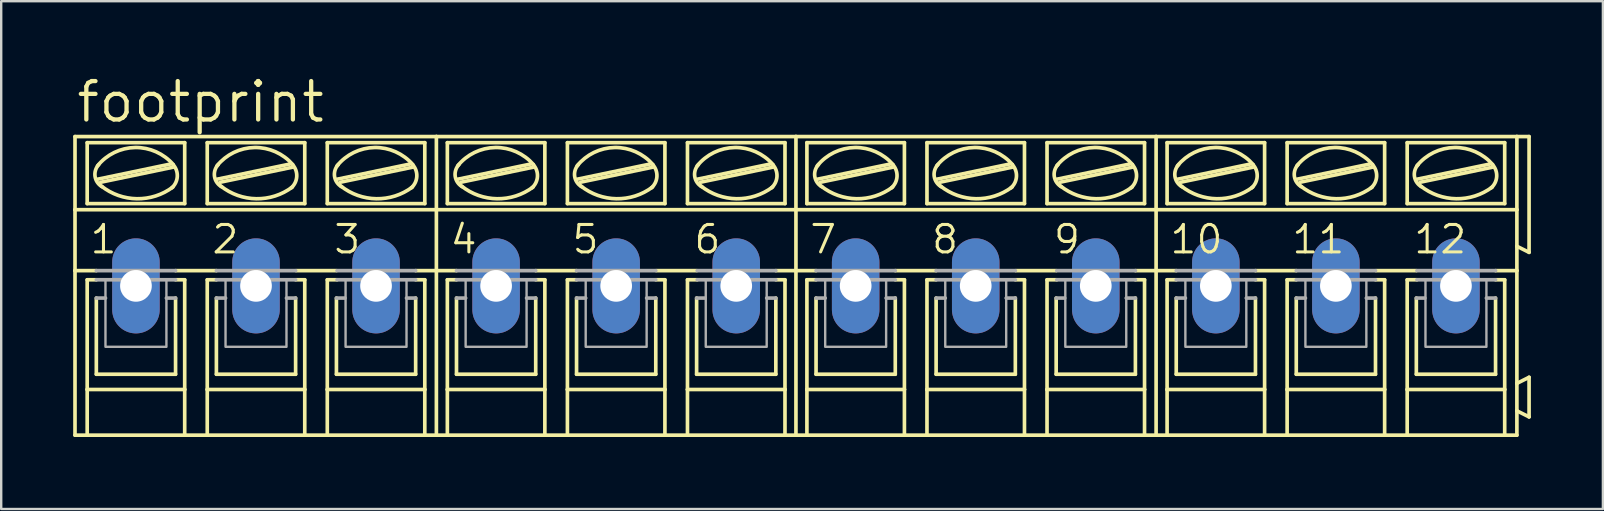
<source format=kicad_pcb>
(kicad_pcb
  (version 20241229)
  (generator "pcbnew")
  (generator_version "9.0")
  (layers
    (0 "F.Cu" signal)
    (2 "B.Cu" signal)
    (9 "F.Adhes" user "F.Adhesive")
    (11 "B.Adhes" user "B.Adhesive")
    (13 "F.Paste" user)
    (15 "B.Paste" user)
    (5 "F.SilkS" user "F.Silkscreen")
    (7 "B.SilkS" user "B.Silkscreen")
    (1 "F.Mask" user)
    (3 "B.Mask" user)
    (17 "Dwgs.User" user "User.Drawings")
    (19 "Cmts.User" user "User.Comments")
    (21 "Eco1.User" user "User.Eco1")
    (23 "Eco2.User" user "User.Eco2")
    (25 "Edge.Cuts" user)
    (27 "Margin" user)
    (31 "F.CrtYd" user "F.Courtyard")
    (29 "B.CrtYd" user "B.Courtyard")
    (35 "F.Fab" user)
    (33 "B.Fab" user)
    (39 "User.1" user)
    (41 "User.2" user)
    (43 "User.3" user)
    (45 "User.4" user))
  (footprint "footprint"
    (layer "F.Cu")
    (at 30.124 8.865)
    (property "Reference" "footprint" (at -30.074 -6.731 0) (layer "F.SilkS") (effects (font (size 1.6 1.6) (thickness 0.178)) (justify left bottom)))
    (fp_line (start -30.048 -3.175) (end -30.048 -6.223) (stroke (width 0.152) (type solid)) (layer "F.SilkS"))
    (fp_line (start -30.048 -3.175) (end -14.986 -3.175) (stroke (width 0.152) (type solid)) (layer "F.SilkS"))
    (fp_line (start -30.048 -0.635) (end -30.048 -3.175) (stroke (width 0.152) (type solid)) (layer "F.SilkS"))
    (fp_line (start -30.048 -0.635) (end -29.159 -0.635) (stroke (width 0.152) (type solid)) (layer "F.SilkS"))
    (fp_line (start -30.048 6.223) (end -30.048 -0.635) (stroke (width 0.152) (type solid)) (layer "F.SilkS"))
    (fp_line (start -30.048 6.223) (end -29.54 6.223) (stroke (width 0.152) (type solid)) (layer "F.SilkS"))
    (fp_line (start -29.54 -3.429) (end -29.54 -5.969) (stroke (width 0.152) (type solid)) (layer "F.SilkS"))
    (fp_line (start -29.54 -0.254) (end -29.54 4.318) (stroke (width 0.152) (type solid)) (layer "F.SilkS"))
    (fp_line (start -29.54 -0.254) (end -29.159 -0.254) (stroke (width 0.152) (type solid)) (layer "F.SilkS"))
    (fp_line (start -29.54 4.318) (end -29.54 6.223) (stroke (width 0.152) (type solid)) (layer "F.SilkS"))
    (fp_line (start -29.54 6.223) (end -25.476 6.223) (stroke (width 0.152) (type solid)) (layer "F.SilkS"))
    (fp_line (start -29.159 3.683) (end -29.159 0.508) (stroke (width 0.152) (type solid)) (layer "F.SilkS"))
    (fp_line (start -29.108 -4.445) (end -26.06 -5.08) (stroke (width 0.152) (type solid)) (layer "F.SilkS"))
    (fp_line (start -28.981 -4.318) (end -25.933 -4.953) (stroke (width 0.152) (type solid)) (layer "F.SilkS"))
    (fp_line (start -25.857 -0.635) (end -24.155 -0.635) (stroke (width 0.152) (type solid)) (layer "F.SilkS"))
    (fp_line (start -25.857 3.683) (end -29.159 3.683) (stroke (width 0.152) (type solid)) (layer "F.SilkS"))
    (fp_line (start -25.857 3.683) (end -25.857 0.508) (stroke (width 0.152) (type solid)) (layer "F.SilkS"))
    (fp_line (start -25.476 -5.969) (end -29.54 -5.969) (stroke (width 0.152) (type solid)) (layer "F.SilkS"))
    (fp_line (start -25.476 -3.429) (end -29.54 -3.429) (stroke (width 0.152) (type solid)) (layer "F.SilkS"))
    (fp_line (start -25.476 -3.429) (end -25.476 -5.969) (stroke (width 0.152) (type solid)) (layer "F.SilkS"))
    (fp_line (start -25.476 -0.254) (end -25.857 -0.254) (stroke (width 0.152) (type solid)) (layer "F.SilkS"))
    (fp_line (start -25.476 4.318) (end -29.54 4.318) (stroke (width 0.152) (type solid)) (layer "F.SilkS"))
    (fp_line (start -25.476 4.318) (end -25.476 -0.254) (stroke (width 0.152) (type solid)) (layer "F.SilkS"))
    (fp_line (start -25.476 6.223) (end -25.476 4.318) (stroke (width 0.152) (type solid)) (layer "F.SilkS"))
    (fp_line (start -25.476 6.223) (end -24.536 6.223) (stroke (width 0.152) (type solid)) (layer "F.SilkS"))
    (fp_line (start -24.536 -5.969) (end -20.472 -5.969) (stroke (width 0.152) (type solid)) (layer "F.SilkS"))
    (fp_line (start -24.536 -3.429) (end -24.536 -5.969) (stroke (width 0.152) (type solid)) (layer "F.SilkS"))
    (fp_line (start -24.536 -0.254) (end -24.155 -0.254) (stroke (width 0.152) (type solid)) (layer "F.SilkS"))
    (fp_line (start -24.536 4.318) (end -24.536 -0.254) (stroke (width 0.152) (type solid)) (layer "F.SilkS"))
    (fp_line (start -24.536 4.318) (end -20.472 4.318) (stroke (width 0.152) (type solid)) (layer "F.SilkS"))
    (fp_line (start -24.536 6.223) (end -24.536 4.318) (stroke (width 0.152) (type solid)) (layer "F.SilkS"))
    (fp_line (start -24.536 6.223) (end -20.472 6.223) (stroke (width 0.152) (type solid)) (layer "F.SilkS"))
    (fp_line (start -24.155 3.683) (end -24.155 0.508) (stroke (width 0.152) (type solid)) (layer "F.SilkS"))
    (fp_line (start -24.13 -4.445) (end -21.082 -5.08) (stroke (width 0.152) (type solid)) (layer "F.SilkS"))
    (fp_line (start -24.003 -4.318) (end -20.955 -4.953) (stroke (width 0.152) (type solid)) (layer "F.SilkS"))
    (fp_line (start -20.853 3.683) (end -24.155 3.683) (stroke (width 0.152) (type solid)) (layer "F.SilkS"))
    (fp_line (start -20.853 3.683) (end -20.853 0.508) (stroke (width 0.152) (type solid)) (layer "F.SilkS"))
    (fp_line (start -20.828 -0.635) (end -19.152 -0.635) (stroke (width 0.152) (type solid)) (layer "F.SilkS"))
    (fp_line (start -20.472 -5.969) (end -20.472 -3.429) (stroke (width 0.152) (type solid)) (layer "F.SilkS"))
    (fp_line (start -20.472 -3.429) (end -24.536 -3.429) (stroke (width 0.152) (type solid)) (layer "F.SilkS"))
    (fp_line (start -20.472 -0.254) (end -20.853 -0.254) (stroke (width 0.152) (type solid)) (layer "F.SilkS"))
    (fp_line (start -20.472 -0.254) (end -20.472 4.318) (stroke (width 0.152) (type solid)) (layer "F.SilkS"))
    (fp_line (start -20.472 4.318) (end -20.472 6.223) (stroke (width 0.152) (type solid)) (layer "F.SilkS"))
    (fp_line (start -20.472 6.223) (end -19.533 6.223) (stroke (width 0.152) (type solid)) (layer "F.SilkS"))
    (fp_line (start -19.533 -5.969) (end -15.469 -5.969) (stroke (width 0.152) (type solid)) (layer "F.SilkS"))
    (fp_line (start -19.533 -3.429) (end -19.533 -5.969) (stroke (width 0.152) (type solid)) (layer "F.SilkS"))
    (fp_line (start -19.533 -0.254) (end -19.126 -0.254) (stroke (width 0.152) (type solid)) (layer "F.SilkS"))
    (fp_line (start -19.533 4.318) (end -19.533 -0.254) (stroke (width 0.152) (type solid)) (layer "F.SilkS"))
    (fp_line (start -19.533 4.318) (end -15.469 4.318) (stroke (width 0.152) (type solid)) (layer "F.SilkS"))
    (fp_line (start -19.533 6.223) (end -19.533 4.318) (stroke (width 0.152) (type solid)) (layer "F.SilkS"))
    (fp_line (start -19.533 6.223) (end -15.469 6.223) (stroke (width 0.152) (type solid)) (layer "F.SilkS"))
    (fp_line (start -19.152 3.683) (end -19.152 0.508) (stroke (width 0.152) (type solid)) (layer "F.SilkS"))
    (fp_line (start -19.126 -4.445) (end -16.078 -5.08) (stroke (width 0.152) (type solid)) (layer "F.SilkS"))
    (fp_line (start -18.999 -4.318) (end -15.951 -4.953) (stroke (width 0.152) (type solid)) (layer "F.SilkS"))
    (fp_line (start -15.85 3.683) (end -19.152 3.683) (stroke (width 0.152) (type solid)) (layer "F.SilkS"))
    (fp_line (start -15.85 3.683) (end -15.85 0.508) (stroke (width 0.152) (type solid)) (layer "F.SilkS"))
    (fp_line (start -15.469 -5.969) (end -15.469 -3.429) (stroke (width 0.152) (type solid)) (layer "F.SilkS"))
    (fp_line (start -15.469 -3.429) (end -19.533 -3.429) (stroke (width 0.152) (type solid)) (layer "F.SilkS"))
    (fp_line (start -15.469 -0.254) (end -15.85 -0.254) (stroke (width 0.152) (type solid)) (layer "F.SilkS"))
    (fp_line (start -15.469 -0.254) (end -15.469 4.318) (stroke (width 0.152) (type solid)) (layer "F.SilkS"))
    (fp_line (start -15.469 4.318) (end -15.469 6.223) (stroke (width 0.152) (type solid)) (layer "F.SilkS"))
    (fp_line (start -15.469 6.223) (end -14.986 6.223) (stroke (width 0.152) (type solid)) (layer "F.SilkS"))
    (fp_line (start -14.986 -6.223) (end -30.048 -6.223) (stroke (width 0.152) (type solid)) (layer "F.SilkS"))
    (fp_line (start -14.986 -3.175) (end -14.986 -6.223) (stroke (width 0.152) (type solid)) (layer "F.SilkS"))
    (fp_line (start -14.986 -3.175) (end 0 -3.175) (stroke (width 0.152) (type solid)) (layer "F.SilkS"))
    (fp_line (start -14.986 -0.635) (end -15.85 -0.635) (stroke (width 0.152) (type solid)) (layer "F.SilkS"))
    (fp_line (start -14.986 -0.635) (end -14.986 -3.175) (stroke (width 0.152) (type solid)) (layer "F.SilkS"))
    (fp_line (start -14.986 -0.635) (end -14.148 -0.635) (stroke (width 0.152) (type solid)) (layer "F.SilkS"))
    (fp_line (start -14.986 6.223) (end -14.986 -0.635) (stroke (width 0.152) (type solid)) (layer "F.SilkS"))
    (fp_line (start -14.986 6.223) (end -14.529 6.223) (stroke (width 0.152) (type solid)) (layer "F.SilkS"))
    (fp_line (start -14.529 -3.429) (end -14.529 -5.969) (stroke (width 0.152) (type solid)) (layer "F.SilkS"))
    (fp_line (start -14.529 -0.254) (end -14.529 4.318) (stroke (width 0.152) (type solid)) (layer "F.SilkS"))
    (fp_line (start -14.529 -0.254) (end -14.148 -0.254) (stroke (width 0.152) (type solid)) (layer "F.SilkS"))
    (fp_line (start -14.529 4.318) (end -14.529 6.223) (stroke (width 0.152) (type solid)) (layer "F.SilkS"))
    (fp_line (start -14.529 6.223) (end -10.465 6.223) (stroke (width 0.152) (type solid)) (layer "F.SilkS"))
    (fp_line (start -14.148 3.683) (end -14.148 0.508) (stroke (width 0.152) (type solid)) (layer "F.SilkS"))
    (fp_line (start -14.097 -4.445) (end -11.049 -5.08) (stroke (width 0.152) (type solid)) (layer "F.SilkS"))
    (fp_line (start -13.97 -4.318) (end -10.922 -4.953) (stroke (width 0.152) (type solid)) (layer "F.SilkS"))
    (fp_line (start -10.846 -0.635) (end -9.144 -0.635) (stroke (width 0.152) (type solid)) (layer "F.SilkS"))
    (fp_line (start -10.846 3.683) (end -14.148 3.683) (stroke (width 0.152) (type solid)) (layer "F.SilkS"))
    (fp_line (start -10.846 3.683) (end -10.846 0.508) (stroke (width 0.152) (type solid)) (layer "F.SilkS"))
    (fp_line (start -10.465 -5.969) (end -14.529 -5.969) (stroke (width 0.152) (type solid)) (layer "F.SilkS"))
    (fp_line (start -10.465 -3.429) (end -14.529 -3.429) (stroke (width 0.152) (type solid)) (layer "F.SilkS"))
    (fp_line (start -10.465 -3.429) (end -10.465 -5.969) (stroke (width 0.152) (type solid)) (layer "F.SilkS"))
    (fp_line (start -10.465 -0.254) (end -10.846 -0.254) (stroke (width 0.152) (type solid)) (layer "F.SilkS"))
    (fp_line (start -10.465 4.318) (end -14.529 4.318) (stroke (width 0.152) (type solid)) (layer "F.SilkS"))
    (fp_line (start -10.465 4.318) (end -10.465 -0.254) (stroke (width 0.152) (type solid)) (layer "F.SilkS"))
    (fp_line (start -10.465 6.223) (end -10.465 4.318) (stroke (width 0.152) (type solid)) (layer "F.SilkS"))
    (fp_line (start -10.465 6.223) (end -9.525 6.223) (stroke (width 0.152) (type solid)) (layer "F.SilkS"))
    (fp_line (start -9.525 -5.969) (end -5.461 -5.969) (stroke (width 0.152) (type solid)) (layer "F.SilkS"))
    (fp_line (start -9.525 -3.429) (end -9.525 -5.969) (stroke (width 0.152) (type solid)) (layer "F.SilkS"))
    (fp_line (start -9.525 -0.254) (end -9.144 -0.254) (stroke (width 0.152) (type solid)) (layer "F.SilkS"))
    (fp_line (start -9.525 4.318) (end -9.525 -0.254) (stroke (width 0.152) (type solid)) (layer "F.SilkS"))
    (fp_line (start -9.525 4.318) (end -5.461 4.318) (stroke (width 0.152) (type solid)) (layer "F.SilkS"))
    (fp_line (start -9.525 6.223) (end -9.525 4.318) (stroke (width 0.152) (type solid)) (layer "F.SilkS"))
    (fp_line (start -9.525 6.223) (end -5.461 6.223) (stroke (width 0.152) (type solid)) (layer "F.SilkS"))
    (fp_line (start -9.144 3.683) (end -9.144 0.508) (stroke (width 0.152) (type solid)) (layer "F.SilkS"))
    (fp_line (start -9.119 -4.445) (end -6.071 -5.08) (stroke (width 0.152) (type solid)) (layer "F.SilkS"))
    (fp_line (start -8.992 -4.318) (end -5.944 -4.953) (stroke (width 0.152) (type solid)) (layer "F.SilkS"))
    (fp_line (start -5.842 3.683) (end -9.144 3.683) (stroke (width 0.152) (type solid)) (layer "F.SilkS"))
    (fp_line (start -5.842 3.683) (end -5.842 0.508) (stroke (width 0.152) (type solid)) (layer "F.SilkS"))
    (fp_line (start -5.817 -0.635) (end -4.14 -0.635) (stroke (width 0.152) (type solid)) (layer "F.SilkS"))
    (fp_line (start -5.461 -5.969) (end -5.461 -3.429) (stroke (width 0.152) (type solid)) (layer "F.SilkS"))
    (fp_line (start -5.461 -3.429) (end -9.525 -3.429) (stroke (width 0.152) (type solid)) (layer "F.SilkS"))
    (fp_line (start -5.461 -0.254) (end -5.842 -0.254) (stroke (width 0.152) (type solid)) (layer "F.SilkS"))
    (fp_line (start -5.461 -0.254) (end -5.461 4.318) (stroke (width 0.152) (type solid)) (layer "F.SilkS"))
    (fp_line (start -5.461 4.318) (end -5.461 6.223) (stroke (width 0.152) (type solid)) (layer "F.SilkS"))
    (fp_line (start -5.461 6.223) (end -4.521 6.223) (stroke (width 0.152) (type solid)) (layer "F.SilkS"))
    (fp_line (start -4.521 -5.969) (end -0.457 -5.969) (stroke (width 0.152) (type solid)) (layer "F.SilkS"))
    (fp_line (start -4.521 -3.429) (end -4.521 -5.969) (stroke (width 0.152) (type solid)) (layer "F.SilkS"))
    (fp_line (start -4.521 -0.254) (end -4.115 -0.254) (stroke (width 0.152) (type solid)) (layer "F.SilkS"))
    (fp_line (start -4.521 4.318) (end -4.521 -0.254) (stroke (width 0.152) (type solid)) (layer "F.SilkS"))
    (fp_line (start -4.521 4.318) (end -0.457 4.318) (stroke (width 0.152) (type solid)) (layer "F.SilkS"))
    (fp_line (start -4.521 6.223) (end -4.521 4.318) (stroke (width 0.152) (type solid)) (layer "F.SilkS"))
    (fp_line (start -4.521 6.223) (end -0.457 6.223) (stroke (width 0.152) (type solid)) (layer "F.SilkS"))
    (fp_line (start -4.14 3.683) (end -4.14 0.508) (stroke (width 0.152) (type solid)) (layer "F.SilkS"))
    (fp_line (start -4.115 -4.445) (end -1.067 -5.08) (stroke (width 0.152) (type solid)) (layer "F.SilkS"))
    (fp_line (start -3.988 -4.318) (end -0.94 -4.953) (stroke (width 0.152) (type solid)) (layer "F.SilkS"))
    (fp_line (start -0.838 3.683) (end -4.14 3.683) (stroke (width 0.152) (type solid)) (layer "F.SilkS"))
    (fp_line (start -0.838 3.683) (end -0.838 0.508) (stroke (width 0.152) (type solid)) (layer "F.SilkS"))
    (fp_line (start -0.457 -5.969) (end -0.457 -3.429) (stroke (width 0.152) (type solid)) (layer "F.SilkS"))
    (fp_line (start -0.457 -3.429) (end -4.521 -3.429) (stroke (width 0.152) (type solid)) (layer "F.SilkS"))
    (fp_line (start -0.457 -0.254) (end -0.838 -0.254) (stroke (width 0.152) (type solid)) (layer "F.SilkS"))
    (fp_line (start -0.457 -0.254) (end -0.457 4.318) (stroke (width 0.152) (type solid)) (layer "F.SilkS"))
    (fp_line (start -0.457 4.318) (end -0.457 6.223) (stroke (width 0.152) (type solid)) (layer "F.SilkS"))
    (fp_line (start -0.457 6.223) (end 0 6.223) (stroke (width 0.152) (type solid)) (layer "F.SilkS"))
    (fp_line (start 0 -6.223) (end -14.986 -6.223) (stroke (width 0.152) (type solid)) (layer "F.SilkS"))
    (fp_line (start 0 -3.175) (end 0 -6.223) (stroke (width 0.152) (type solid)) (layer "F.SilkS"))
    (fp_line (start 0 -3.175) (end 15.011 -3.175) (stroke (width 0.152) (type solid)) (layer "F.SilkS"))
    (fp_line (start 0 -0.635) (end -0.838 -0.635) (stroke (width 0.152) (type solid)) (layer "F.SilkS"))
    (fp_line (start 0 -0.635) (end 0 -3.175) (stroke (width 0.152) (type solid)) (layer "F.SilkS"))
    (fp_line (start 0 -0.635) (end 0.838 -0.635) (stroke (width 0.152) (type solid)) (layer "F.SilkS"))
    (fp_line (start 0 6.223) (end 0 -0.635) (stroke (width 0.152) (type solid)) (layer "F.SilkS"))
    (fp_line (start 0 6.223) (end 0.457 6.223) (stroke (width 0.152) (type solid)) (layer "F.SilkS"))
    (fp_line (start 0.457 -3.429) (end 0.457 -5.969) (stroke (width 0.152) (type solid)) (layer "F.SilkS"))
    (fp_line (start 0.457 -0.254) (end 0.457 4.318) (stroke (width 0.152) (type solid)) (layer "F.SilkS"))
    (fp_line (start 0.457 -0.254) (end 0.838 -0.254) (stroke (width 0.152) (type solid)) (layer "F.SilkS"))
    (fp_line (start 0.457 4.318) (end 0.457 6.223) (stroke (width 0.152) (type solid)) (layer "F.SilkS"))
    (fp_line (start 0.457 6.223) (end 4.521 6.223) (stroke (width 0.152) (type solid)) (layer "F.SilkS"))
    (fp_line (start 0.838 3.683) (end 0.838 0.508) (stroke (width 0.152) (type solid)) (layer "F.SilkS"))
    (fp_line (start 0.889 -4.445) (end 3.937 -5.08) (stroke (width 0.152) (type solid)) (layer "F.SilkS"))
    (fp_line (start 1.016 -4.318) (end 4.064 -4.953) (stroke (width 0.152) (type solid)) (layer "F.SilkS"))
    (fp_line (start 4.14 -0.635) (end 5.842 -0.635) (stroke (width 0.152) (type solid)) (layer "F.SilkS"))
    (fp_line (start 4.14 3.683) (end 0.838 3.683) (stroke (width 0.152) (type solid)) (layer "F.SilkS"))
    (fp_line (start 4.14 3.683) (end 4.14 0.508) (stroke (width 0.152) (type solid)) (layer "F.SilkS"))
    (fp_line (start 4.521 -5.969) (end 0.457 -5.969) (stroke (width 0.152) (type solid)) (layer "F.SilkS"))
    (fp_line (start 4.521 -3.429) (end 0.457 -3.429) (stroke (width 0.152) (type solid)) (layer "F.SilkS"))
    (fp_line (start 4.521 -3.429) (end 4.521 -5.969) (stroke (width 0.152) (type solid)) (layer "F.SilkS"))
    (fp_line (start 4.521 -0.254) (end 4.14 -0.254) (stroke (width 0.152) (type solid)) (layer "F.SilkS"))
    (fp_line (start 4.521 4.318) (end 0.457 4.318) (stroke (width 0.152) (type solid)) (layer "F.SilkS"))
    (fp_line (start 4.521 4.318) (end 4.521 -0.254) (stroke (width 0.152) (type solid)) (layer "F.SilkS"))
    (fp_line (start 4.521 6.223) (end 4.521 4.318) (stroke (width 0.152) (type solid)) (layer "F.SilkS"))
    (fp_line (start 4.521 6.223) (end 5.461 6.223) (stroke (width 0.152) (type solid)) (layer "F.SilkS"))
    (fp_line (start 5.461 -5.969) (end 9.525 -5.969) (stroke (width 0.152) (type solid)) (layer "F.SilkS"))
    (fp_line (start 5.461 -3.429) (end 5.461 -5.969) (stroke (width 0.152) (type solid)) (layer "F.SilkS"))
    (fp_line (start 5.461 -0.254) (end 5.842 -0.254) (stroke (width 0.152) (type solid)) (layer "F.SilkS"))
    (fp_line (start 5.461 4.318) (end 5.461 -0.254) (stroke (width 0.152) (type solid)) (layer "F.SilkS"))
    (fp_line (start 5.461 4.318) (end 9.525 4.318) (stroke (width 0.152) (type solid)) (layer "F.SilkS"))
    (fp_line (start 5.461 6.223) (end 5.461 4.318) (stroke (width 0.152) (type solid)) (layer "F.SilkS"))
    (fp_line (start 5.461 6.223) (end 9.525 6.223) (stroke (width 0.152) (type solid)) (layer "F.SilkS"))
    (fp_line (start 5.842 3.683) (end 5.842 0.508) (stroke (width 0.152) (type solid)) (layer "F.SilkS"))
    (fp_line (start 5.867 -4.445) (end 8.915 -5.08) (stroke (width 0.152) (type solid)) (layer "F.SilkS"))
    (fp_line (start 5.994 -4.318) (end 9.042 -4.953) (stroke (width 0.152) (type solid)) (layer "F.SilkS"))
    (fp_line (start 9.144 3.683) (end 5.842 3.683) (stroke (width 0.152) (type solid)) (layer "F.SilkS"))
    (fp_line (start 9.144 3.683) (end 9.144 0.508) (stroke (width 0.152) (type solid)) (layer "F.SilkS"))
    (fp_line (start 9.169 -0.635) (end 10.846 -0.635) (stroke (width 0.152) (type solid)) (layer "F.SilkS"))
    (fp_line (start 9.525 -5.969) (end 9.525 -3.429) (stroke (width 0.152) (type solid)) (layer "F.SilkS"))
    (fp_line (start 9.525 -3.429) (end 5.461 -3.429) (stroke (width 0.152) (type solid)) (layer "F.SilkS"))
    (fp_line (start 9.525 -0.254) (end 9.144 -0.254) (stroke (width 0.152) (type solid)) (layer "F.SilkS"))
    (fp_line (start 9.525 -0.254) (end 9.525 4.318) (stroke (width 0.152) (type solid)) (layer "F.SilkS"))
    (fp_line (start 9.525 4.318) (end 9.525 6.223) (stroke (width 0.152) (type solid)) (layer "F.SilkS"))
    (fp_line (start 9.525 6.223) (end 10.465 6.223) (stroke (width 0.152) (type solid)) (layer "F.SilkS"))
    (fp_line (start 10.465 -5.969) (end 14.529 -5.969) (stroke (width 0.152) (type solid)) (layer "F.SilkS"))
    (fp_line (start 10.465 -3.429) (end 10.465 -5.969) (stroke (width 0.152) (type solid)) (layer "F.SilkS"))
    (fp_line (start 10.465 -0.254) (end 10.871 -0.254) (stroke (width 0.152) (type solid)) (layer "F.SilkS"))
    (fp_line (start 10.465 4.318) (end 10.465 -0.254) (stroke (width 0.152) (type solid)) (layer "F.SilkS"))
    (fp_line (start 10.465 4.318) (end 14.529 4.318) (stroke (width 0.152) (type solid)) (layer "F.SilkS"))
    (fp_line (start 10.465 6.223) (end 10.465 4.318) (stroke (width 0.152) (type solid)) (layer "F.SilkS"))
    (fp_line (start 10.465 6.223) (end 14.529 6.223) (stroke (width 0.152) (type solid)) (layer "F.SilkS"))
    (fp_line (start 10.846 3.683) (end 10.846 0.508) (stroke (width 0.152) (type solid)) (layer "F.SilkS"))
    (fp_line (start 10.871 -4.445) (end 13.919 -5.08) (stroke (width 0.152) (type solid)) (layer "F.SilkS"))
    (fp_line (start 10.998 -4.318) (end 14.046 -4.953) (stroke (width 0.152) (type solid)) (layer "F.SilkS"))
    (fp_line (start 14.148 3.683) (end 10.846 3.683) (stroke (width 0.152) (type solid)) (layer "F.SilkS"))
    (fp_line (start 14.148 3.683) (end 14.148 0.508) (stroke (width 0.152) (type solid)) (layer "F.SilkS"))
    (fp_line (start 14.529 -5.969) (end 14.529 -3.429) (stroke (width 0.152) (type solid)) (layer "F.SilkS"))
    (fp_line (start 14.529 -3.429) (end 10.465 -3.429) (stroke (width 0.152) (type solid)) (layer "F.SilkS"))
    (fp_line (start 14.529 -0.254) (end 14.148 -0.254) (stroke (width 0.152) (type solid)) (layer "F.SilkS"))
    (fp_line (start 14.529 -0.254) (end 14.529 4.318) (stroke (width 0.152) (type solid)) (layer "F.SilkS"))
    (fp_line (start 14.529 4.318) (end 14.529 6.223) (stroke (width 0.152) (type solid)) (layer "F.SilkS"))
    (fp_line (start 14.529 6.223) (end 15.011 6.223) (stroke (width 0.152) (type solid)) (layer "F.SilkS"))
    (fp_line (start 15.011 -6.223) (end 0 -6.223) (stroke (width 0.152) (type solid)) (layer "F.SilkS"))
    (fp_line (start 15.011 -3.175) (end 15.011 -6.223) (stroke (width 0.152) (type solid)) (layer "F.SilkS"))
    (fp_line (start 15.011 -3.175) (end 30.048 -3.175) (stroke (width 0.152) (type solid)) (layer "F.SilkS"))
    (fp_line (start 15.011 -0.635) (end 14.148 -0.635) (stroke (width 0.152) (type solid)) (layer "F.SilkS"))
    (fp_line (start 15.011 -0.635) (end 15.011 -3.175) (stroke (width 0.152) (type solid)) (layer "F.SilkS"))
    (fp_line (start 15.011 -0.635) (end 15.85 -0.635) (stroke (width 0.152) (type solid)) (layer "F.SilkS"))
    (fp_line (start 15.011 6.223) (end 15.011 -0.635) (stroke (width 0.152) (type solid)) (layer "F.SilkS"))
    (fp_line (start 15.011 6.223) (end 15.469 6.223) (stroke (width 0.152) (type solid)) (layer "F.SilkS"))
    (fp_line (start 15.469 -3.429) (end 15.469 -5.969) (stroke (width 0.152) (type solid)) (layer "F.SilkS"))
    (fp_line (start 15.469 -0.254) (end 15.469 4.318) (stroke (width 0.152) (type solid)) (layer "F.SilkS"))
    (fp_line (start 15.469 -0.254) (end 15.85 -0.254) (stroke (width 0.152) (type solid)) (layer "F.SilkS"))
    (fp_line (start 15.469 4.318) (end 15.469 6.223) (stroke (width 0.152) (type solid)) (layer "F.SilkS"))
    (fp_line (start 15.469 6.223) (end 19.533 6.223) (stroke (width 0.152) (type solid)) (layer "F.SilkS"))
    (fp_line (start 15.85 3.683) (end 15.85 0.508) (stroke (width 0.152) (type solid)) (layer "F.SilkS"))
    (fp_line (start 15.9 -4.445) (end 18.948 -5.08) (stroke (width 0.152) (type solid)) (layer "F.SilkS"))
    (fp_line (start 16.027 -4.318) (end 19.075 -4.953) (stroke (width 0.152) (type solid)) (layer "F.SilkS"))
    (fp_line (start 19.152 -0.635) (end 20.853 -0.635) (stroke (width 0.152) (type solid)) (layer "F.SilkS"))
    (fp_line (start 19.152 3.683) (end 15.85 3.683) (stroke (width 0.152) (type solid)) (layer "F.SilkS"))
    (fp_line (start 19.152 3.683) (end 19.152 0.508) (stroke (width 0.152) (type solid)) (layer "F.SilkS"))
    (fp_line (start 19.533 -5.969) (end 15.469 -5.969) (stroke (width 0.152) (type solid)) (layer "F.SilkS"))
    (fp_line (start 19.533 -3.429) (end 15.469 -3.429) (stroke (width 0.152) (type solid)) (layer "F.SilkS"))
    (fp_line (start 19.533 -3.429) (end 19.533 -5.969) (stroke (width 0.152) (type solid)) (layer "F.SilkS"))
    (fp_line (start 19.533 -0.254) (end 19.152 -0.254) (stroke (width 0.152) (type solid)) (layer "F.SilkS"))
    (fp_line (start 19.533 4.318) (end 15.469 4.318) (stroke (width 0.152) (type solid)) (layer "F.SilkS"))
    (fp_line (start 19.533 4.318) (end 19.533 -0.254) (stroke (width 0.152) (type solid)) (layer "F.SilkS"))
    (fp_line (start 19.533 6.223) (end 19.533 4.318) (stroke (width 0.152) (type solid)) (layer "F.SilkS"))
    (fp_line (start 19.533 6.223) (end 20.472 6.223) (stroke (width 0.152) (type solid)) (layer "F.SilkS"))
    (fp_line (start 20.472 -5.969) (end 24.536 -5.969) (stroke (width 0.152) (type solid)) (layer "F.SilkS"))
    (fp_line (start 20.472 -3.429) (end 20.472 -5.969) (stroke (width 0.152) (type solid)) (layer "F.SilkS"))
    (fp_line (start 20.472 -0.254) (end 20.853 -0.254) (stroke (width 0.152) (type solid)) (layer "F.SilkS"))
    (fp_line (start 20.472 4.318) (end 20.472 -0.254) (stroke (width 0.152) (type solid)) (layer "F.SilkS"))
    (fp_line (start 20.472 4.318) (end 24.536 4.318) (stroke (width 0.152) (type solid)) (layer "F.SilkS"))
    (fp_line (start 20.472 6.223) (end 20.472 4.318) (stroke (width 0.152) (type solid)) (layer "F.SilkS"))
    (fp_line (start 20.472 6.223) (end 24.536 6.223) (stroke (width 0.152) (type solid)) (layer "F.SilkS"))
    (fp_line (start 20.853 3.683) (end 20.853 0.508) (stroke (width 0.152) (type solid)) (layer "F.SilkS"))
    (fp_line (start 20.879 -4.445) (end 23.927 -5.08) (stroke (width 0.152) (type solid)) (layer "F.SilkS"))
    (fp_line (start 21.006 -4.318) (end 24.054 -4.953) (stroke (width 0.152) (type solid)) (layer "F.SilkS"))
    (fp_line (start 24.155 3.683) (end 20.853 3.683) (stroke (width 0.152) (type solid)) (layer "F.SilkS"))
    (fp_line (start 24.155 3.683) (end 24.155 0.508) (stroke (width 0.152) (type solid)) (layer "F.SilkS"))
    (fp_line (start 24.181 -0.635) (end 25.857 -0.635) (stroke (width 0.152) (type solid)) (layer "F.SilkS"))
    (fp_line (start 24.536 -5.969) (end 24.536 -3.429) (stroke (width 0.152) (type solid)) (layer "F.SilkS"))
    (fp_line (start 24.536 -3.429) (end 20.472 -3.429) (stroke (width 0.152) (type solid)) (layer "F.SilkS"))
    (fp_line (start 24.536 -0.254) (end 24.155 -0.254) (stroke (width 0.152) (type solid)) (layer "F.SilkS"))
    (fp_line (start 24.536 -0.254) (end 24.536 4.318) (stroke (width 0.152) (type solid)) (layer "F.SilkS"))
    (fp_line (start 24.536 4.318) (end 24.536 6.223) (stroke (width 0.152) (type solid)) (layer "F.SilkS"))
    (fp_line (start 24.536 6.223) (end 25.476 6.223) (stroke (width 0.152) (type solid)) (layer "F.SilkS"))
    (fp_line (start 25.476 -5.969) (end 29.54 -5.969) (stroke (width 0.152) (type solid)) (layer "F.SilkS"))
    (fp_line (start 25.476 -3.429) (end 25.476 -5.969) (stroke (width 0.152) (type solid)) (layer "F.SilkS"))
    (fp_line (start 25.476 -0.254) (end 25.883 -0.254) (stroke (width 0.152) (type solid)) (layer "F.SilkS"))
    (fp_line (start 25.476 4.318) (end 25.476 -0.254) (stroke (width 0.152) (type solid)) (layer "F.SilkS"))
    (fp_line (start 25.476 4.318) (end 29.54 4.318) (stroke (width 0.152) (type solid)) (layer "F.SilkS"))
    (fp_line (start 25.476 6.223) (end 25.476 4.318) (stroke (width 0.152) (type solid)) (layer "F.SilkS"))
    (fp_line (start 25.476 6.223) (end 29.54 6.223) (stroke (width 0.152) (type solid)) (layer "F.SilkS"))
    (fp_line (start 25.857 3.683) (end 25.857 0.508) (stroke (width 0.152) (type solid)) (layer "F.SilkS"))
    (fp_line (start 25.883 -4.445) (end 28.931 -5.08) (stroke (width 0.152) (type solid)) (layer "F.SilkS"))
    (fp_line (start 26.01 -4.318) (end 29.058 -4.953) (stroke (width 0.152) (type solid)) (layer "F.SilkS"))
    (fp_line (start 29.159 3.683) (end 25.857 3.683) (stroke (width 0.152) (type solid)) (layer "F.SilkS"))
    (fp_line (start 29.159 3.683) (end 29.159 0.508) (stroke (width 0.152) (type solid)) (layer "F.SilkS"))
    (fp_line (start 29.54 -5.969) (end 29.54 -3.429) (stroke (width 0.152) (type solid)) (layer "F.SilkS"))
    (fp_line (start 29.54 -3.429) (end 25.476 -3.429) (stroke (width 0.152) (type solid)) (layer "F.SilkS"))
    (fp_line (start 29.54 -0.254) (end 29.159 -0.254) (stroke (width 0.152) (type solid)) (layer "F.SilkS"))
    (fp_line (start 29.54 -0.254) (end 29.54 4.318) (stroke (width 0.152) (type solid)) (layer "F.SilkS"))
    (fp_line (start 29.54 4.318) (end 29.54 6.223) (stroke (width 0.152) (type solid)) (layer "F.SilkS"))
    (fp_line (start 29.54 6.223) (end 30.048 6.223) (stroke (width 0.152) (type solid)) (layer "F.SilkS"))
    (fp_line (start 30.048 -6.223) (end 15.011 -6.223) (stroke (width 0.152) (type solid)) (layer "F.SilkS"))
    (fp_line (start 30.048 -6.223) (end 30.048 -3.175) (stroke (width 0.152) (type solid)) (layer "F.SilkS"))
    (fp_line (start 30.048 -6.223) (end 30.556 -6.223) (stroke (width 0.152) (type solid)) (layer "F.SilkS"))
    (fp_line (start 30.048 -3.175) (end 30.048 -1.651) (stroke (width 0.152) (type solid)) (layer "F.SilkS"))
    (fp_line (start 30.048 -1.651) (end 30.048 -0.635) (stroke (width 0.152) (type solid)) (layer "F.SilkS"))
    (fp_line (start 30.048 -0.635) (end 29.159 -0.635) (stroke (width 0.152) (type solid)) (layer "F.SilkS"))
    (fp_line (start 30.048 -0.635) (end 30.048 4.064) (stroke (width 0.152) (type solid)) (layer "F.SilkS"))
    (fp_line (start 30.048 4.064) (end 30.048 5.207) (stroke (width 0.152) (type solid)) (layer "F.SilkS"))
    (fp_line (start 30.048 5.207) (end 30.048 6.223) (stroke (width 0.152) (type solid)) (layer "F.SilkS"))
    (fp_line (start 30.556 -6.223) (end 30.556 -1.397) (stroke (width 0.152) (type solid)) (layer "F.SilkS"))
    (fp_line (start 30.556 -1.397) (end 30.048 -1.651) (stroke (width 0.152) (type solid)) (layer "F.SilkS"))
    (fp_line (start 30.556 3.81) (end 30.048 4.064) (stroke (width 0.152) (type solid)) (layer "F.SilkS"))
    (fp_line (start 30.556 3.81) (end 30.556 5.461) (stroke (width 0.152) (type solid)) (layer "F.SilkS"))
    (fp_line (start 30.556 5.461) (end 30.048 5.207) (stroke (width 0.152) (type solid)) (layer "F.SilkS"))
    (fp_arc (start -29.1084 -5.0038) (mid -27.544026 -5.76695) (end -25.953999 -5.058801) (stroke (width 0.1524) (type solid)) (layer "F.SilkS"))
    (fp_arc (start -28.913901 -4.129699) (mid -29.211825 -4.557025) (end -29.0576 -5.0546) (stroke (width 0.1524) (type solid)) (layer "F.SilkS"))
    (fp_arc (start -25.968201 -4.118799) (mid -27.470104 -3.631242) (end -28.956 -4.1656) (stroke (width 0.1524) (type solid)) (layer "F.SilkS"))
    (fp_arc (start -25.958899 -5.054499) (mid -25.784539 -4.558083) (end -26.0146 -4.0849) (stroke (width 0.1524) (type solid)) (layer "F.SilkS"))
    (fp_arc (start -24.13 -5.0038) (mid -22.565626 -5.76695) (end -20.975599 -5.058801) (stroke (width 0.1524) (type solid)) (layer "F.SilkS"))
    (fp_arc (start -23.935501 -4.129699) (mid -24.233425 -4.557025) (end -24.0792 -5.0546) (stroke (width 0.1524) (type solid)) (layer "F.SilkS"))
    (fp_arc (start -20.989801 -4.118799) (mid -22.491704 -3.631242) (end -23.9776 -4.1656) (stroke (width 0.1524) (type solid)) (layer "F.SilkS"))
    (fp_arc (start -20.980499 -5.054499) (mid -20.806139 -4.558083) (end -21.0362 -4.0849) (stroke (width 0.1524) (type solid)) (layer "F.SilkS"))
    (fp_arc (start -19.1262 -5.0038) (mid -17.561826 -5.76695) (end -15.971799 -5.058801) (stroke (width 0.1524) (type solid)) (layer "F.SilkS"))
    (fp_arc (start -18.931701 -4.129699) (mid -19.229625 -4.557025) (end -19.0754 -5.0546) (stroke (width 0.1524) (type solid)) (layer "F.SilkS"))
    (fp_arc (start -15.986001 -4.118799) (mid -17.487904 -3.631242) (end -18.9738 -4.1656) (stroke (width 0.1524) (type solid)) (layer "F.SilkS"))
    (fp_arc (start -15.976699 -5.054499) (mid -15.802339 -4.558083) (end -16.0324 -4.0849) (stroke (width 0.1524) (type solid)) (layer "F.SilkS"))
    (fp_arc (start -14.097 -5.0038) (mid -12.532626 -5.76695) (end -10.942599 -5.058801) (stroke (width 0.1524) (type solid)) (layer "F.SilkS"))
    (fp_arc (start -13.902501 -4.129699) (mid -14.200425 -4.557025) (end -14.0462 -5.0546) (stroke (width 0.1524) (type solid)) (layer "F.SilkS"))
    (fp_arc (start -10.956801 -4.118799) (mid -12.458704 -3.631242) (end -13.9446 -4.1656) (stroke (width 0.1524) (type solid)) (layer "F.SilkS"))
    (fp_arc (start -10.947499 -5.054499) (mid -10.773139 -4.558083) (end -11.0032 -4.0849) (stroke (width 0.1524) (type solid)) (layer "F.SilkS"))
    (fp_arc (start -9.1186 -5.0038) (mid -7.554226 -5.76695) (end -5.964199 -5.058801) (stroke (width 0.1524) (type solid)) (layer "F.SilkS"))
    (fp_arc (start -8.924101 -4.129699) (mid -9.222025 -4.557025) (end -9.0678 -5.0546) (stroke (width 0.1524) (type solid)) (layer "F.SilkS"))
    (fp_arc (start -5.978401 -4.118799) (mid -7.480304 -3.631242) (end -8.9662 -4.1656) (stroke (width 0.1524) (type solid)) (layer "F.SilkS"))
    (fp_arc (start -5.969099 -5.054499) (mid -5.794739 -4.558083) (end -6.0248 -4.0849) (stroke (width 0.1524) (type solid)) (layer "F.SilkS"))
    (fp_arc (start -4.1148 -5.0038) (mid -2.550426 -5.76695) (end -0.960399 -5.058801) (stroke (width 0.1524) (type solid)) (layer "F.SilkS"))
    (fp_arc (start -3.920301 -4.129699) (mid -4.218225 -4.557025) (end -4.064 -5.0546) (stroke (width 0.1524) (type solid)) (layer "F.SilkS"))
    (fp_arc (start -0.974601 -4.118799) (mid -2.476504 -3.631242) (end -3.9624 -4.1656) (stroke (width 0.1524) (type solid)) (layer "F.SilkS"))
    (fp_arc (start -0.965299 -5.054499) (mid -0.790939 -4.558083) (end -1.021 -4.0849) (stroke (width 0.1524) (type solid)) (layer "F.SilkS"))
    (fp_arc (start 0.889 -5.0038) (mid 2.45332 -5.766807) (end 4.0432 -5.058598) (stroke (width 0.1524) (type solid)) (layer "F.SilkS"))
    (fp_arc (start 1.083498 -4.1297) (mid 0.785575 -4.557026) (end 0.9398 -5.0546) (stroke (width 0.1524) (type solid)) (layer "F.SilkS"))
    (fp_arc (start 4.0292 -4.118901) (mid 2.527314 -3.631283) (end 1.0414 -4.1656) (stroke (width 0.1524) (type solid)) (layer "F.SilkS"))
    (fp_arc (start 4.0385 -5.0545) (mid 4.21286 -4.558084) (end 3.9828 -4.0849) (stroke (width 0.1524) (type solid)) (layer "F.SilkS"))
    (fp_arc (start 5.8674 -5.0038) (mid 7.43172 -5.766807) (end 9.0216 -5.058598) (stroke (width 0.1524) (type solid)) (layer "F.SilkS"))
    (fp_arc (start 6.061898 -4.1297) (mid 5.763975 -4.557026) (end 5.9182 -5.0546) (stroke (width 0.1524) (type solid)) (layer "F.SilkS"))
    (fp_arc (start 9.0076 -4.118901) (mid 7.505714 -3.631283) (end 6.0198 -4.1656) (stroke (width 0.1524) (type solid)) (layer "F.SilkS"))
    (fp_arc (start 9.0169 -5.0545) (mid 9.19126 -4.558084) (end 8.9612 -4.0849) (stroke (width 0.1524) (type solid)) (layer "F.SilkS"))
    (fp_arc (start 10.8712 -5.0038) (mid 12.43552 -5.766807) (end 14.0254 -5.058598) (stroke (width 0.1524) (type solid)) (layer "F.SilkS"))
    (fp_arc (start 11.065698 -4.1297) (mid 10.767775 -4.557026) (end 10.922 -5.0546) (stroke (width 0.1524) (type solid)) (layer "F.SilkS"))
    (fp_arc (start 14.0114 -4.118901) (mid 12.509514 -3.631283) (end 11.0236 -4.1656) (stroke (width 0.1524) (type solid)) (layer "F.SilkS"))
    (fp_arc (start 14.0207 -5.0545) (mid 14.19506 -4.558084) (end 13.965 -4.0849) (stroke (width 0.1524) (type solid)) (layer "F.SilkS"))
    (fp_arc (start 15.9004 -5.0038) (mid 17.46472 -5.766807) (end 19.0546 -5.058598) (stroke (width 0.1524) (type solid)) (layer "F.SilkS"))
    (fp_arc (start 16.094898 -4.1297) (mid 15.796975 -4.557026) (end 15.9512 -5.0546) (stroke (width 0.1524) (type solid)) (layer "F.SilkS"))
    (fp_arc (start 19.0406 -4.118901) (mid 17.538714 -3.631283) (end 16.0528 -4.1656) (stroke (width 0.1524) (type solid)) (layer "F.SilkS"))
    (fp_arc (start 19.0499 -5.0545) (mid 19.22426 -4.558084) (end 18.9942 -4.0849) (stroke (width 0.1524) (type solid)) (layer "F.SilkS"))
    (fp_arc (start 20.8788 -5.0038) (mid 22.44312 -5.766807) (end 24.033 -5.058598) (stroke (width 0.1524) (type solid)) (layer "F.SilkS"))
    (fp_arc (start 21.073298 -4.1297) (mid 20.775375 -4.557026) (end 20.9296 -5.0546) (stroke (width 0.1524) (type solid)) (layer "F.SilkS"))
    (fp_arc (start 24.019 -4.118901) (mid 22.517114 -3.631283) (end 21.0312 -4.1656) (stroke (width 0.1524) (type solid)) (layer "F.SilkS"))
    (fp_arc (start 24.0283 -5.0545) (mid 24.20266 -4.558084) (end 23.9726 -4.0849) (stroke (width 0.1524) (type solid)) (layer "F.SilkS"))
    (fp_arc (start 25.8826 -5.0038) (mid 27.44692 -5.766807) (end 29.0368 -5.058598) (stroke (width 0.1524) (type solid)) (layer "F.SilkS"))
    (fp_arc (start 26.077098 -4.1297) (mid 25.779175 -4.557026) (end 25.9334 -5.0546) (stroke (width 0.1524) (type solid)) (layer "F.SilkS"))
    (fp_arc (start 29.0228 -4.118901) (mid 27.520914 -3.631283) (end 26.035 -4.1656) (stroke (width 0.1524) (type solid)) (layer "F.SilkS"))
    (fp_arc (start 29.0321 -5.0545) (mid 29.20646 -4.558084) (end 28.9764 -4.0849) (stroke (width 0.1524) (type solid)) (layer "F.SilkS"))
    (fp_line (start -29.159 -0.635) (end -25.857 -0.635) (stroke (width 0.152) (type solid)) (layer "F.Fab"))
    (fp_line (start -29.159 0.508) (end -28.778 0.508) (stroke (width 0.152) (type solid)) (layer "F.Fab"))
    (fp_line (start -25.857 -0.254) (end -29.159 -0.254) (stroke (width 0.152) (type solid)) (layer "F.Fab"))
    (fp_line (start -25.857 0.508) (end -26.238 0.508) (stroke (width 0.152) (type solid)) (layer "F.Fab"))
    (fp_line (start -24.155 -0.254) (end -20.853 -0.254) (stroke (width 0.152) (type solid)) (layer "F.Fab"))
    (fp_line (start -24.155 0.508) (end -23.774 0.508) (stroke (width 0.152) (type solid)) (layer "F.Fab"))
    (fp_line (start -20.853 -0.635) (end -24.155 -0.635) (stroke (width 0.152) (type solid)) (layer "F.Fab"))
    (fp_line (start -20.853 0.508) (end -21.234 0.508) (stroke (width 0.152) (type solid)) (layer "F.Fab"))
    (fp_line (start -19.152 0.508) (end -18.796 0.508) (stroke (width 0.152) (type solid)) (layer "F.Fab"))
    (fp_line (start -19.126 -0.254) (end -15.85 -0.254) (stroke (width 0.152) (type solid)) (layer "F.Fab"))
    (fp_line (start -15.85 -0.635) (end -19.126 -0.635) (stroke (width 0.152) (type solid)) (layer "F.Fab"))
    (fp_line (start -15.85 0.508) (end -16.231 0.508) (stroke (width 0.152) (type solid)) (layer "F.Fab"))
    (fp_line (start -14.148 -0.635) (end -10.846 -0.635) (stroke (width 0.152) (type solid)) (layer "F.Fab"))
    (fp_line (start -14.148 0.508) (end -13.767 0.508) (stroke (width 0.152) (type solid)) (layer "F.Fab"))
    (fp_line (start -10.846 -0.254) (end -14.148 -0.254) (stroke (width 0.152) (type solid)) (layer "F.Fab"))
    (fp_line (start -10.846 0.508) (end -11.227 0.508) (stroke (width 0.152) (type solid)) (layer "F.Fab"))
    (fp_line (start -9.144 -0.254) (end -5.842 -0.254) (stroke (width 0.152) (type solid)) (layer "F.Fab"))
    (fp_line (start -9.144 0.508) (end -8.763 0.508) (stroke (width 0.152) (type solid)) (layer "F.Fab"))
    (fp_line (start -5.842 -0.635) (end -9.144 -0.635) (stroke (width 0.152) (type solid)) (layer "F.Fab"))
    (fp_line (start -5.842 0.508) (end -6.223 0.508) (stroke (width 0.152) (type solid)) (layer "F.Fab"))
    (fp_line (start -4.14 0.508) (end -3.785 0.508) (stroke (width 0.152) (type solid)) (layer "F.Fab"))
    (fp_line (start -4.115 -0.254) (end -0.838 -0.254) (stroke (width 0.152) (type solid)) (layer "F.Fab"))
    (fp_line (start -0.838 -0.635) (end -4.115 -0.635) (stroke (width 0.152) (type solid)) (layer "F.Fab"))
    (fp_line (start -0.838 0.508) (end -1.219 0.508) (stroke (width 0.152) (type solid)) (layer "F.Fab"))
    (fp_line (start 0.838 -0.635) (end 4.14 -0.635) (stroke (width 0.152) (type solid)) (layer "F.Fab"))
    (fp_line (start 0.838 0.508) (end 1.219 0.508) (stroke (width 0.152) (type solid)) (layer "F.Fab"))
    (fp_line (start 4.14 -0.254) (end 0.838 -0.254) (stroke (width 0.152) (type solid)) (layer "F.Fab"))
    (fp_line (start 4.14 0.508) (end 3.759 0.508) (stroke (width 0.152) (type solid)) (layer "F.Fab"))
    (fp_line (start 5.842 -0.254) (end 9.144 -0.254) (stroke (width 0.152) (type solid)) (layer "F.Fab"))
    (fp_line (start 5.842 0.508) (end 6.223 0.508) (stroke (width 0.152) (type solid)) (layer "F.Fab"))
    (fp_line (start 9.144 -0.635) (end 5.842 -0.635) (stroke (width 0.152) (type solid)) (layer "F.Fab"))
    (fp_line (start 9.144 0.508) (end 8.763 0.508) (stroke (width 0.152) (type solid)) (layer "F.Fab"))
    (fp_line (start 10.846 0.508) (end 11.201 0.508) (stroke (width 0.152) (type solid)) (layer "F.Fab"))
    (fp_line (start 10.871 -0.254) (end 14.148 -0.254) (stroke (width 0.152) (type solid)) (layer "F.Fab"))
    (fp_line (start 14.148 -0.635) (end 10.871 -0.635) (stroke (width 0.152) (type solid)) (layer "F.Fab"))
    (fp_line (start 14.148 0.508) (end 13.767 0.508) (stroke (width 0.152) (type solid)) (layer "F.Fab"))
    (fp_line (start 15.85 -0.635) (end 19.152 -0.635) (stroke (width 0.152) (type solid)) (layer "F.Fab"))
    (fp_line (start 15.85 0.508) (end 16.231 0.508) (stroke (width 0.152) (type solid)) (layer "F.Fab"))
    (fp_line (start 19.152 -0.254) (end 15.85 -0.254) (stroke (width 0.152) (type solid)) (layer "F.Fab"))
    (fp_line (start 19.152 0.508) (end 18.771 0.508) (stroke (width 0.152) (type solid)) (layer "F.Fab"))
    (fp_line (start 20.853 -0.254) (end 24.155 -0.254) (stroke (width 0.152) (type solid)) (layer "F.Fab"))
    (fp_line (start 20.853 0.508) (end 21.234 0.508) (stroke (width 0.152) (type solid)) (layer "F.Fab"))
    (fp_line (start 24.155 -0.635) (end 20.853 -0.635) (stroke (width 0.152) (type solid)) (layer "F.Fab"))
    (fp_line (start 24.155 0.508) (end 23.774 0.508) (stroke (width 0.152) (type solid)) (layer "F.Fab"))
    (fp_line (start 25.857 0.508) (end 26.213 0.508) (stroke (width 0.152) (type solid)) (layer "F.Fab"))
    (fp_line (start 25.883 -0.254) (end 29.159 -0.254) (stroke (width 0.152) (type solid)) (layer "F.Fab"))
    (fp_line (start 29.159 -0.635) (end 25.883 -0.635) (stroke (width 0.152) (type solid)) (layer "F.Fab"))
    (fp_line (start 29.159 0.508) (end 28.778 0.508) (stroke (width 0.152) (type solid)) (layer "F.Fab"))
    (fp_poly (pts (xy -28.778 2.54) (xy -26.238 2.54) (xy -26.238 -0.254) (xy -28.778 -0.254)) (stroke (width 0.1) (type solid)) (fill no) (layer "F.Fab"))
    (fp_poly (pts (xy -23.774 2.54) (xy -21.234 2.54) (xy -21.234 -0.254) (xy -23.774 -0.254)) (stroke (width 0.1) (type solid)) (fill no) (layer "F.Fab"))
    (fp_poly (pts (xy -18.771 2.54) (xy -16.231 2.54) (xy -16.231 -0.254) (xy -18.771 -0.254)) (stroke (width 0.1) (type solid)) (fill no) (layer "F.Fab"))
    (fp_poly (pts (xy -13.767 2.54) (xy -11.227 2.54) (xy -11.227 -0.254) (xy -13.767 -0.254)) (stroke (width 0.1) (type solid)) (fill no) (layer "F.Fab"))
    (fp_poly (pts (xy -8.763 2.54) (xy -6.223 2.54) (xy -6.223 -0.254) (xy -8.763 -0.254)) (stroke (width 0.1) (type solid)) (fill no) (layer "F.Fab"))
    (fp_poly (pts (xy -3.759 2.54) (xy -1.219 2.54) (xy -1.219 -0.254) (xy -3.759 -0.254)) (stroke (width 0.1) (type solid)) (fill no) (layer "F.Fab"))
    (fp_poly (pts (xy 1.219 2.54) (xy 3.759 2.54) (xy 3.759 -0.254) (xy 1.219 -0.254)) (stroke (width 0.1) (type solid)) (fill no) (layer "F.Fab"))
    (fp_poly (pts (xy 6.223 2.54) (xy 8.763 2.54) (xy 8.763 -0.254) (xy 6.223 -0.254)) (stroke (width 0.1) (type solid)) (fill no) (layer "F.Fab"))
    (fp_poly (pts (xy 11.227 2.54) (xy 13.767 2.54) (xy 13.767 -0.254) (xy 11.227 -0.254)) (stroke (width 0.1) (type solid)) (fill no) (layer "F.Fab"))
    (fp_poly (pts (xy 16.231 2.54) (xy 18.771 2.54) (xy 18.771 -0.254) (xy 16.231 -0.254)) (stroke (width 0.1) (type solid)) (fill no) (layer "F.Fab"))
    (fp_poly (pts (xy 21.234 2.54) (xy 23.774 2.54) (xy 23.774 -0.254) (xy 21.234 -0.254)) (stroke (width 0.1) (type solid)) (fill no) (layer "F.Fab"))
    (fp_poly (pts (xy 26.238 2.54) (xy 28.778 2.54) (xy 28.778 -0.254) (xy 26.238 -0.254)) (stroke (width 0.1) (type solid)) (fill no) (layer "F.Fab"))
    (fp_text user "9" (at 10.668 -1.27 0) (layer "F.SilkS") (effects (font (size 1.143 1.143) (thickness 0.127)) (justify left bottom)))
    (fp_text user "7" (at 0.508 -1.27 0) (layer "F.SilkS") (effects (font (size 1.143 1.143) (thickness 0.127)) (justify left bottom)))
    (fp_text user "10" (at 15.519 -1.27 0) (layer "F.SilkS") (effects (font (size 1.143 1.143) (thickness 0.127)) (justify left bottom)))
    (fp_text user "2" (at -24.409 -1.27 0) (layer "F.SilkS") (effects (font (size 1.143 1.143) (thickness 0.127)) (justify left bottom)))
    (fp_text user "8" (at 5.588 -1.27 0) (layer "F.SilkS") (effects (font (size 1.143 1.143) (thickness 0.127)) (justify left bottom)))
    (fp_text user "1" (at -29.489 -1.27 0) (layer "F.SilkS") (effects (font (size 1.143 1.143) (thickness 0.127)) (justify left bottom)))
    (fp_text user "6" (at -4.318 -1.27 0) (layer "F.SilkS") (effects (font (size 1.143 1.143) (thickness 0.127)) (justify left bottom)))
    (fp_text user "12" (at 25.679 -1.27 0) (layer "F.SilkS") (effects (font (size 1.143 1.143) (thickness 0.127)) (justify left bottom)))
    (fp_text user "11" (at 20.599 -1.27 0) (layer "F.SilkS") (effects (font (size 1.143 1.143) (thickness 0.127)) (justify left bottom)))
    (fp_text user "5" (at -9.398 -1.27 0) (layer "F.SilkS") (effects (font (size 1.143 1.143) (thickness 0.127)) (justify left bottom)))
    (fp_text user "4" (at -14.478 -1.27 0) (layer "F.SilkS") (effects (font (size 1.143 1.143) (thickness 0.127)) (justify left bottom)))
    (fp_text user "3" (at -19.329 -1.27 0) (layer "F.SilkS") (effects (font (size 1.143 1.143) (thickness 0.127)) (justify left bottom)))
    (pad "1" thru_hole oval (at -27.508 0 90) (size 3.962 1.981) (drill 1.321) (layers "*.Cu" "*.Mask"))
    (pad "2" thru_hole oval (at -22.504 0 90) (size 3.962 1.981) (drill 1.321) (layers "*.Cu" "*.Mask"))
    (pad "3" thru_hole oval (at -17.501 0 90) (size 3.962 1.981) (drill 1.321) (layers "*.Cu" "*.Mask"))
    (pad "4" thru_hole oval (at -12.497 0 90) (size 3.962 1.981) (drill 1.321) (layers "*.Cu" "*.Mask"))
    (pad "5" thru_hole oval (at -7.493 0 90) (size 3.962 1.981) (drill 1.321) (layers "*.Cu" "*.Mask"))
    (pad "6" thru_hole oval (at -2.489 0 90) (size 3.962 1.981) (drill 1.321) (layers "*.Cu" "*.Mask"))
    (pad "7" thru_hole oval (at 2.489 0 90) (size 3.962 1.981) (drill 1.321) (layers "*.Cu" "*.Mask"))
    (pad "8" thru_hole oval (at 7.493 0 90) (size 3.962 1.981) (drill 1.321) (layers "*.Cu" "*.Mask"))
    (pad "9" thru_hole oval (at 12.497 0 90) (size 3.962 1.981) (drill 1.321) (layers "*.Cu" "*.Mask"))
    (pad "10" thru_hole oval (at 17.501 0 90) (size 3.962 1.981) (drill 1.321) (layers "*.Cu" "*.Mask"))
    (pad "11" thru_hole oval (at 22.504 0 90) (size 3.962 1.981) (drill 1.321) (layers "*.Cu" "*.Mask"))
    (pad "12" thru_hole oval (at 27.508 0 90) (size 3.962 1.981) (drill 1.321) (layers "*.Cu" "*.Mask")))
  (gr_rect
    (start -3 -3)
    (end 63.757 18.164)
    (stroke (width 0.1) (type default))
    (fill no)
    (layer "Edge.Cuts")))
</source>
